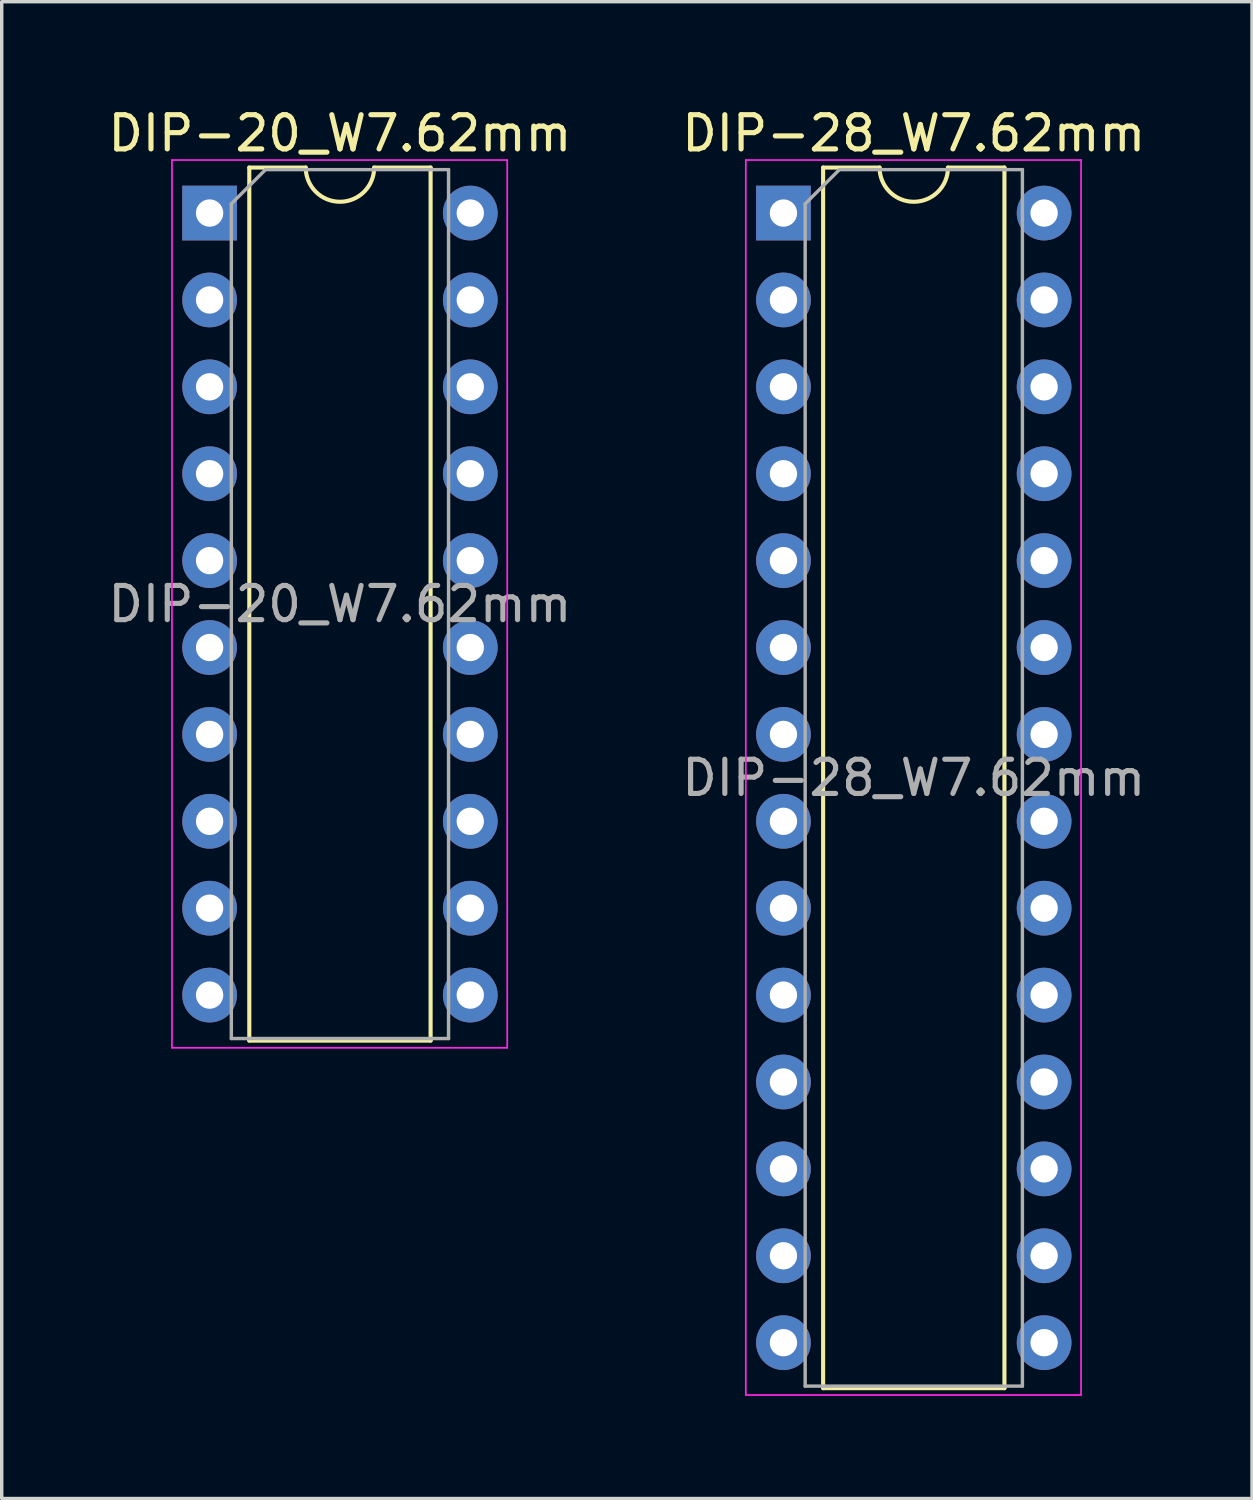
<source format=kicad_pcb>
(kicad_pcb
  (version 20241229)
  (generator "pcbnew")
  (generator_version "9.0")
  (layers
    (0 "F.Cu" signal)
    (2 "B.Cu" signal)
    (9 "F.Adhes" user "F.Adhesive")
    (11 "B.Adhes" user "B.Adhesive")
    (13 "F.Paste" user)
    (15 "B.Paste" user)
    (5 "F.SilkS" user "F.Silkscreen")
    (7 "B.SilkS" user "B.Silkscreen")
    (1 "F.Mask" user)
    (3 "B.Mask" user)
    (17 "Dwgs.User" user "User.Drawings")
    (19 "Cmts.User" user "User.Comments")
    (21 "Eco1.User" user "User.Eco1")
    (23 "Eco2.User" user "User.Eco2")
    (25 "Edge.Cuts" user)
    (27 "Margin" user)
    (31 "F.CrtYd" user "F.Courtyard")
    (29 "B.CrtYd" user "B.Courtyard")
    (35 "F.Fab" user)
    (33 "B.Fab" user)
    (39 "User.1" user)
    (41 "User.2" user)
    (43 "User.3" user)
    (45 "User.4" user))
  (footprint "DIP-20_W7.62mm"
    (layer "F.Cu")
    (at 3.077 3.178)
    (property "Reference" "DIP-20_W7.62mm" (at 3.81 -2.33 0) (layer "F.SilkS") (effects (font (size 1 1) (thickness 0.15))))
    (attr through_hole)
    (fp_line (start 1.16 -1.33) (end 1.16 24.19) (stroke (width 0.12) (type solid)) (layer "F.SilkS"))
    (fp_line (start 1.16 24.19) (end 6.46 24.19) (stroke (width 0.12) (type solid)) (layer "F.SilkS"))
    (fp_line (start 2.81 -1.33) (end 1.16 -1.33) (stroke (width 0.12) (type solid)) (layer "F.SilkS"))
    (fp_line (start 6.46 -1.33) (end 4.81 -1.33) (stroke (width 0.12) (type solid)) (layer "F.SilkS"))
    (fp_line (start 6.46 24.19) (end 6.46 -1.33) (stroke (width 0.12) (type solid)) (layer "F.SilkS"))
    (fp_arc (start 4.81 -1.33) (mid 3.81 -0.33) (end 2.81 -1.33) (stroke (width 0.12) (type solid)) (layer "F.SilkS"))
    (fp_line (start -1.1 -1.55) (end -1.1 24.4) (stroke (width 0.05) (type solid)) (layer "F.CrtYd"))
    (fp_line (start -1.1 24.4) (end 8.7 24.4) (stroke (width 0.05) (type solid)) (layer "F.CrtYd"))
    (fp_line (start 8.7 -1.55) (end -1.1 -1.55) (stroke (width 0.05) (type solid)) (layer "F.CrtYd"))
    (fp_line (start 8.7 24.4) (end 8.7 -1.55) (stroke (width 0.05) (type solid)) (layer "F.CrtYd"))
    (fp_line (start 0.635 -0.27) (end 1.635 -1.27) (stroke (width 0.1) (type solid)) (layer "F.Fab"))
    (fp_line (start 0.635 24.13) (end 0.635 -0.27) (stroke (width 0.1) (type solid)) (layer "F.Fab"))
    (fp_line (start 1.635 -1.27) (end 6.985 -1.27) (stroke (width 0.1) (type solid)) (layer "F.Fab"))
    (fp_line (start 6.985 -1.27) (end 6.985 24.13) (stroke (width 0.1) (type solid)) (layer "F.Fab"))
    (fp_line (start 6.985 24.13) (end 0.635 24.13) (stroke (width 0.1) (type solid)) (layer "F.Fab"))
    (fp_text user "${REFERENCE}" (at 3.81 11.43 0) (layer "F.Fab") (effects (font (size 1 1) (thickness 0.15))))
    (pad "1" thru_hole rect (at 0 0) (size 1.6 1.6) (drill 0.8) (layers "*.Cu" "*.Mask"))
    (pad "2" thru_hole oval (at 0 2.54) (size 1.6 1.6) (drill 0.8) (layers "*.Cu" "*.Mask"))
    (pad "3" thru_hole oval (at 0 5.08) (size 1.6 1.6) (drill 0.8) (layers "*.Cu" "*.Mask"))
    (pad "4" thru_hole oval (at 0 7.62) (size 1.6 1.6) (drill 0.8) (layers "*.Cu" "*.Mask"))
    (pad "5" thru_hole oval (at 0 10.16) (size 1.6 1.6) (drill 0.8) (layers "*.Cu" "*.Mask"))
    (pad "6" thru_hole oval (at 0 12.7) (size 1.6 1.6) (drill 0.8) (layers "*.Cu" "*.Mask"))
    (pad "7" thru_hole oval (at 0 15.24) (size 1.6 1.6) (drill 0.8) (layers "*.Cu" "*.Mask"))
    (pad "8" thru_hole oval (at 0 17.78) (size 1.6 1.6) (drill 0.8) (layers "*.Cu" "*.Mask"))
    (pad "9" thru_hole oval (at 0 20.32) (size 1.6 1.6) (drill 0.8) (layers "*.Cu" "*.Mask"))
    (pad "10" thru_hole oval (at 0 22.86) (size 1.6 1.6) (drill 0.8) (layers "*.Cu" "*.Mask"))
    (pad "11" thru_hole oval (at 7.62 22.86) (size 1.6 1.6) (drill 0.8) (layers "*.Cu" "*.Mask"))
    (pad "12" thru_hole oval (at 7.62 20.32) (size 1.6 1.6) (drill 0.8) (layers "*.Cu" "*.Mask"))
    (pad "13" thru_hole oval (at 7.62 17.78) (size 1.6 1.6) (drill 0.8) (layers "*.Cu" "*.Mask"))
    (pad "14" thru_hole oval (at 7.62 15.24) (size 1.6 1.6) (drill 0.8) (layers "*.Cu" "*.Mask"))
    (pad "15" thru_hole oval (at 7.62 12.7) (size 1.6 1.6) (drill 0.8) (layers "*.Cu" "*.Mask"))
    (pad "16" thru_hole oval (at 7.62 10.16) (size 1.6 1.6) (drill 0.8) (layers "*.Cu" "*.Mask"))
    (pad "17" thru_hole oval (at 7.62 7.62) (size 1.6 1.6) (drill 0.8) (layers "*.Cu" "*.Mask"))
    (pad "18" thru_hole oval (at 7.62 5.08) (size 1.6 1.6) (drill 0.8) (layers "*.Cu" "*.Mask"))
    (pad "19" thru_hole oval (at 7.62 2.54) (size 1.6 1.6) (drill 0.8) (layers "*.Cu" "*.Mask"))
    (pad "20" thru_hole oval (at 7.62 0) (size 1.6 1.6) (drill 0.8) (layers "*.Cu" "*.Mask")))
  (footprint "DIP-28_W7.62mm"
    (layer "F.Cu")
    (at 19.851 3.178)
    (property "Reference" "DIP-28_W7.62mm" (at 3.81 -2.33 0) (layer "F.SilkS") (effects (font (size 1 1) (thickness 0.15))))
    (attr through_hole)
    (fp_line (start 1.16 -1.33) (end 1.16 34.35) (stroke (width 0.12) (type solid)) (layer "F.SilkS"))
    (fp_line (start 1.16 34.35) (end 6.46 34.35) (stroke (width 0.12) (type solid)) (layer "F.SilkS"))
    (fp_line (start 2.81 -1.33) (end 1.16 -1.33) (stroke (width 0.12) (type solid)) (layer "F.SilkS"))
    (fp_line (start 6.46 -1.33) (end 4.81 -1.33) (stroke (width 0.12) (type solid)) (layer "F.SilkS"))
    (fp_line (start 6.46 34.35) (end 6.46 -1.33) (stroke (width 0.12) (type solid)) (layer "F.SilkS"))
    (fp_arc (start 4.81 -1.33) (mid 3.81 -0.33) (end 2.81 -1.33) (stroke (width 0.12) (type solid)) (layer "F.SilkS"))
    (fp_line (start -1.1 -1.55) (end -1.1 34.55) (stroke (width 0.05) (type solid)) (layer "F.CrtYd"))
    (fp_line (start -1.1 34.55) (end 8.7 34.55) (stroke (width 0.05) (type solid)) (layer "F.CrtYd"))
    (fp_line (start 8.7 -1.55) (end -1.1 -1.55) (stroke (width 0.05) (type solid)) (layer "F.CrtYd"))
    (fp_line (start 8.7 34.55) (end 8.7 -1.55) (stroke (width 0.05) (type solid)) (layer "F.CrtYd"))
    (fp_line (start 0.635 -0.27) (end 1.635 -1.27) (stroke (width 0.1) (type solid)) (layer "F.Fab"))
    (fp_line (start 0.635 34.29) (end 0.635 -0.27) (stroke (width 0.1) (type solid)) (layer "F.Fab"))
    (fp_line (start 1.635 -1.27) (end 6.985 -1.27) (stroke (width 0.1) (type solid)) (layer "F.Fab"))
    (fp_line (start 6.985 -1.27) (end 6.985 34.29) (stroke (width 0.1) (type solid)) (layer "F.Fab"))
    (fp_line (start 6.985 34.29) (end 0.635 34.29) (stroke (width 0.1) (type solid)) (layer "F.Fab"))
    (fp_text user "${REFERENCE}" (at 3.81 16.51 0) (layer "F.Fab") (effects (font (size 1 1) (thickness 0.15))))
    (pad "1" thru_hole rect (at 0 0) (size 1.6 1.6) (drill 0.8) (layers "*.Cu" "*.Mask"))
    (pad "2" thru_hole oval (at 0 2.54) (size 1.6 1.6) (drill 0.8) (layers "*.Cu" "*.Mask"))
    (pad "3" thru_hole oval (at 0 5.08) (size 1.6 1.6) (drill 0.8) (layers "*.Cu" "*.Mask"))
    (pad "4" thru_hole oval (at 0 7.62) (size 1.6 1.6) (drill 0.8) (layers "*.Cu" "*.Mask"))
    (pad "5" thru_hole oval (at 0 10.16) (size 1.6 1.6) (drill 0.8) (layers "*.Cu" "*.Mask"))
    (pad "6" thru_hole oval (at 0 12.7) (size 1.6 1.6) (drill 0.8) (layers "*.Cu" "*.Mask"))
    (pad "7" thru_hole oval (at 0 15.24) (size 1.6 1.6) (drill 0.8) (layers "*.Cu" "*.Mask"))
    (pad "8" thru_hole oval (at 0 17.78) (size 1.6 1.6) (drill 0.8) (layers "*.Cu" "*.Mask"))
    (pad "9" thru_hole oval (at 0 20.32) (size 1.6 1.6) (drill 0.8) (layers "*.Cu" "*.Mask"))
    (pad "10" thru_hole oval (at 0 22.86) (size 1.6 1.6) (drill 0.8) (layers "*.Cu" "*.Mask"))
    (pad "11" thru_hole oval (at 0 25.4) (size 1.6 1.6) (drill 0.8) (layers "*.Cu" "*.Mask"))
    (pad "12" thru_hole oval (at 0 27.94) (size 1.6 1.6) (drill 0.8) (layers "*.Cu" "*.Mask"))
    (pad "13" thru_hole oval (at 0 30.48) (size 1.6 1.6) (drill 0.8) (layers "*.Cu" "*.Mask"))
    (pad "14" thru_hole oval (at 0 33.02) (size 1.6 1.6) (drill 0.8) (layers "*.Cu" "*.Mask"))
    (pad "15" thru_hole oval (at 7.62 33.02) (size 1.6 1.6) (drill 0.8) (layers "*.Cu" "*.Mask"))
    (pad "16" thru_hole oval (at 7.62 30.48) (size 1.6 1.6) (drill 0.8) (layers "*.Cu" "*.Mask"))
    (pad "17" thru_hole oval (at 7.62 27.94) (size 1.6 1.6) (drill 0.8) (layers "*.Cu" "*.Mask"))
    (pad "18" thru_hole oval (at 7.62 25.4) (size 1.6 1.6) (drill 0.8) (layers "*.Cu" "*.Mask"))
    (pad "19" thru_hole oval (at 7.62 22.86) (size 1.6 1.6) (drill 0.8) (layers "*.Cu" "*.Mask"))
    (pad "20" thru_hole oval (at 7.62 20.32) (size 1.6 1.6) (drill 0.8) (layers "*.Cu" "*.Mask"))
    (pad "21" thru_hole oval (at 7.62 17.78) (size 1.6 1.6) (drill 0.8) (layers "*.Cu" "*.Mask"))
    (pad "22" thru_hole oval (at 7.62 15.24) (size 1.6 1.6) (drill 0.8) (layers "*.Cu" "*.Mask"))
    (pad "23" thru_hole oval (at 7.62 12.7) (size 1.6 1.6) (drill 0.8) (layers "*.Cu" "*.Mask"))
    (pad "24" thru_hole oval (at 7.62 10.16) (size 1.6 1.6) (drill 0.8) (layers "*.Cu" "*.Mask"))
    (pad "25" thru_hole oval (at 7.62 7.62) (size 1.6 1.6) (drill 0.8) (layers "*.Cu" "*.Mask"))
    (pad "26" thru_hole oval (at 7.62 5.08) (size 1.6 1.6) (drill 0.8) (layers "*.Cu" "*.Mask"))
    (pad "27" thru_hole oval (at 7.62 2.54) (size 1.6 1.6) (drill 0.8) (layers "*.Cu" "*.Mask"))
    (pad "28" thru_hole oval (at 7.62 0) (size 1.6 1.6) (drill 0.8) (layers "*.Cu" "*.Mask")))
  (gr_rect
    (start -3 -3)
    (end 33.548 40.753)
    (stroke (width 0.1) (type default))
    (fill no)
    (layer "Edge.Cuts")))
</source>
